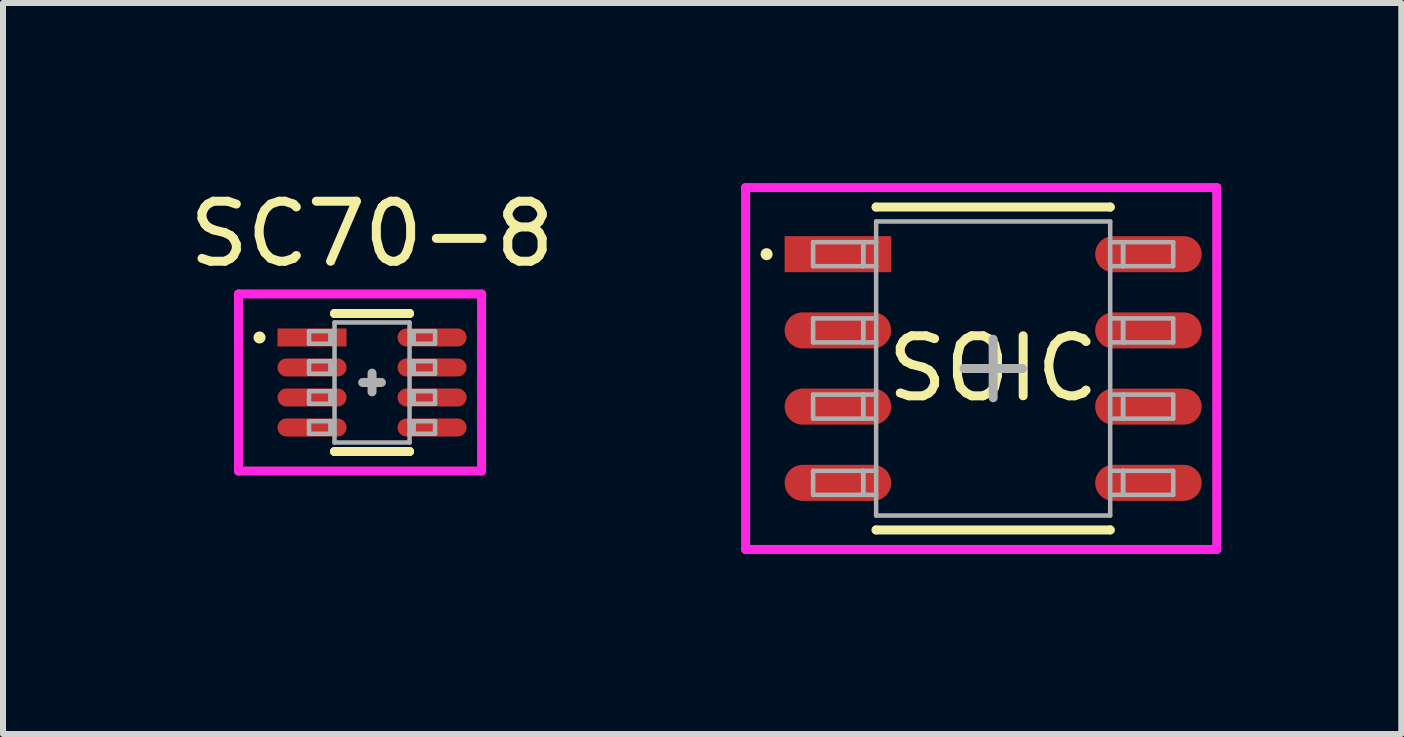
<source format=kicad_pcb>
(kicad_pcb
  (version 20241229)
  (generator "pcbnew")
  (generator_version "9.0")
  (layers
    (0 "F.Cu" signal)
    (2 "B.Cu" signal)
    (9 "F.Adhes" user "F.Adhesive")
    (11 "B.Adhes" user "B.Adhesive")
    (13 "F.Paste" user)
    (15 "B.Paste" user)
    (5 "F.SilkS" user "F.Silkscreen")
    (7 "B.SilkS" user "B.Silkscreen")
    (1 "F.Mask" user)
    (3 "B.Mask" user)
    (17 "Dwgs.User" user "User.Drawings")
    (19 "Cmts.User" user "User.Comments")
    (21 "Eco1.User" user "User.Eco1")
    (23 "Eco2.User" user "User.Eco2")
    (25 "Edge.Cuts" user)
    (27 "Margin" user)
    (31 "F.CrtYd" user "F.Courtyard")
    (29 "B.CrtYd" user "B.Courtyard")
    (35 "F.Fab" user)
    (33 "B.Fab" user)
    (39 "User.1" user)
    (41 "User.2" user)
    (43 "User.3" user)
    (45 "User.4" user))
  (footprint "SC70-8"
    (layer "F.Cu")
    (at 3.149 3.323)
    (property "Reference" "SC70-8" (at 0 -2.475 0) (layer "F.SilkS") (effects (font (size 1 1) (thickness 0.15))))
    (attr through_hole)
    (fp_line (start -1.875 -0.75) (end -1.875 -0.75) (stroke (width 0.2) (type solid)) (layer "F.SilkS"))
    (fp_line (start -0.625 -1.15) (end -0.625 -1.15) (stroke (width 0.15) (type solid)) (layer "F.SilkS"))
    (fp_line (start -0.625 -1.15) (end 0.625 -1.15) (stroke (width 0.15) (type solid)) (layer "F.SilkS"))
    (fp_line (start -0.625 1.15) (end -0.625 1.15) (stroke (width 0.15) (type solid)) (layer "F.SilkS"))
    (fp_line (start -0.625 1.15) (end 0.625 1.15) (stroke (width 0.15) (type solid)) (layer "F.SilkS"))
    (fp_line (start 0.625 -1.15) (end 0.625 -1.15) (stroke (width 0.15) (type solid)) (layer "F.SilkS"))
    (fp_line (start 0.625 1.15) (end 0.625 1.15) (stroke (width 0.15) (type solid)) (layer "F.SilkS"))
    (fp_line (start -2.225 -1.475) (end -2.225 1.475) (stroke (width 0.15) (type solid)) (layer "F.CrtYd"))
    (fp_line (start -2.225 1.475) (end 1.825 1.475) (stroke (width 0.15) (type solid)) (layer "F.CrtYd"))
    (fp_line (start 1.825 -1.475) (end -2.225 -1.475) (stroke (width 0.15) (type solid)) (layer "F.CrtYd"))
    (fp_line (start 1.825 1.475) (end 1.825 -1.475) (stroke (width 0.15) (type solid)) (layer "F.CrtYd"))
    (fp_line (start -1.05 -0.855) (end -1.05 -0.645) (stroke (width 0.075) (type solid)) (layer "F.Fab"))
    (fp_line (start -1.05 -0.645) (end -0.69 -0.645) (stroke (width 0.075) (type solid)) (layer "F.Fab"))
    (fp_line (start -1.05 -0.355) (end -1.05 -0.145) (stroke (width 0.075) (type solid)) (layer "F.Fab"))
    (fp_line (start -1.05 -0.145) (end -0.69 -0.145) (stroke (width 0.075) (type solid)) (layer "F.Fab"))
    (fp_line (start -1.05 0.145) (end -1.05 0.355) (stroke (width 0.075) (type solid)) (layer "F.Fab"))
    (fp_line (start -1.05 0.355) (end -0.69 0.355) (stroke (width 0.075) (type solid)) (layer "F.Fab"))
    (fp_line (start -1.05 0.645) (end -1.05 0.855) (stroke (width 0.075) (type solid)) (layer "F.Fab"))
    (fp_line (start -1.05 0.855) (end -0.69 0.855) (stroke (width 0.075) (type solid)) (layer "F.Fab"))
    (fp_line (start -0.69 -0.855) (end -1.05 -0.855) (stroke (width 0.075) (type solid)) (layer "F.Fab"))
    (fp_line (start -0.69 -0.855) (end -0.69 -0.645) (stroke (width 0.075) (type solid)) (layer "F.Fab"))
    (fp_line (start -0.69 -0.645) (end -0.69 -0.855) (stroke (width 0.075) (type solid)) (layer "F.Fab"))
    (fp_line (start -0.69 -0.645) (end -0.625 -0.645) (stroke (width 0.075) (type solid)) (layer "F.Fab"))
    (fp_line (start -0.69 -0.355) (end -1.05 -0.355) (stroke (width 0.075) (type solid)) (layer "F.Fab"))
    (fp_line (start -0.69 -0.355) (end -0.69 -0.145) (stroke (width 0.075) (type solid)) (layer "F.Fab"))
    (fp_line (start -0.69 -0.145) (end -0.69 -0.355) (stroke (width 0.075) (type solid)) (layer "F.Fab"))
    (fp_line (start -0.69 -0.145) (end -0.625 -0.145) (stroke (width 0.075) (type solid)) (layer "F.Fab"))
    (fp_line (start -0.69 0.145) (end -1.05 0.145) (stroke (width 0.075) (type solid)) (layer "F.Fab"))
    (fp_line (start -0.69 0.145) (end -0.69 0.355) (stroke (width 0.075) (type solid)) (layer "F.Fab"))
    (fp_line (start -0.69 0.355) (end -0.69 0.145) (stroke (width 0.075) (type solid)) (layer "F.Fab"))
    (fp_line (start -0.69 0.355) (end -0.625 0.355) (stroke (width 0.075) (type solid)) (layer "F.Fab"))
    (fp_line (start -0.69 0.645) (end -1.05 0.645) (stroke (width 0.075) (type solid)) (layer "F.Fab"))
    (fp_line (start -0.69 0.645) (end -0.69 0.855) (stroke (width 0.075) (type solid)) (layer "F.Fab"))
    (fp_line (start -0.69 0.855) (end -0.69 0.645) (stroke (width 0.075) (type solid)) (layer "F.Fab"))
    (fp_line (start -0.69 0.855) (end -0.625 0.855) (stroke (width 0.075) (type solid)) (layer "F.Fab"))
    (fp_line (start -0.625 -1) (end 0.625 -1) (stroke (width 0.075) (type solid)) (layer "F.Fab"))
    (fp_line (start -0.625 -0.855) (end -0.69 -0.855) (stroke (width 0.075) (type solid)) (layer "F.Fab"))
    (fp_line (start -0.625 -0.355) (end -0.69 -0.355) (stroke (width 0.075) (type solid)) (layer "F.Fab"))
    (fp_line (start -0.625 0.145) (end -0.69 0.145) (stroke (width 0.075) (type solid)) (layer "F.Fab"))
    (fp_line (start -0.625 0.645) (end -0.69 0.645) (stroke (width 0.075) (type solid)) (layer "F.Fab"))
    (fp_line (start -0.625 1) (end -0.625 -1) (stroke (width 0.075) (type solid)) (layer "F.Fab"))
    (fp_line (start 0 -0.156) (end 0 0.156) (stroke (width 0.15) (type solid)) (layer "F.Fab"))
    (fp_line (start 0.156 0) (end -0.156 0) (stroke (width 0.15) (type solid)) (layer "F.Fab"))
    (fp_line (start 0.625 -1) (end 0.625 1) (stroke (width 0.075) (type solid)) (layer "F.Fab"))
    (fp_line (start 0.625 -0.645) (end 0.69 -0.645) (stroke (width 0.075) (type solid)) (layer "F.Fab"))
    (fp_line (start 0.625 -0.145) (end 0.69 -0.145) (stroke (width 0.075) (type solid)) (layer "F.Fab"))
    (fp_line (start 0.625 0.355) (end 0.69 0.355) (stroke (width 0.075) (type solid)) (layer "F.Fab"))
    (fp_line (start 0.625 0.855) (end 0.69 0.855) (stroke (width 0.075) (type solid)) (layer "F.Fab"))
    (fp_line (start 0.625 1) (end -0.625 1) (stroke (width 0.075) (type solid)) (layer "F.Fab"))
    (fp_line (start 0.69 -0.855) (end 0.625 -0.855) (stroke (width 0.075) (type solid)) (layer "F.Fab"))
    (fp_line (start 0.69 -0.855) (end 0.69 -0.645) (stroke (width 0.075) (type solid)) (layer "F.Fab"))
    (fp_line (start 0.69 -0.645) (end 0.69 -0.855) (stroke (width 0.075) (type solid)) (layer "F.Fab"))
    (fp_line (start 0.69 -0.645) (end 1.05 -0.645) (stroke (width 0.075) (type solid)) (layer "F.Fab"))
    (fp_line (start 0.69 -0.355) (end 0.625 -0.355) (stroke (width 0.075) (type solid)) (layer "F.Fab"))
    (fp_line (start 0.69 -0.355) (end 0.69 -0.145) (stroke (width 0.075) (type solid)) (layer "F.Fab"))
    (fp_line (start 0.69 -0.145) (end 0.69 -0.355) (stroke (width 0.075) (type solid)) (layer "F.Fab"))
    (fp_line (start 0.69 -0.145) (end 1.05 -0.145) (stroke (width 0.075) (type solid)) (layer "F.Fab"))
    (fp_line (start 0.69 0.145) (end 0.625 0.145) (stroke (width 0.075) (type solid)) (layer "F.Fab"))
    (fp_line (start 0.69 0.145) (end 0.69 0.355) (stroke (width 0.075) (type solid)) (layer "F.Fab"))
    (fp_line (start 0.69 0.355) (end 0.69 0.145) (stroke (width 0.075) (type solid)) (layer "F.Fab"))
    (fp_line (start 0.69 0.355) (end 1.05 0.355) (stroke (width 0.075) (type solid)) (layer "F.Fab"))
    (fp_line (start 0.69 0.645) (end 0.625 0.645) (stroke (width 0.075) (type solid)) (layer "F.Fab"))
    (fp_line (start 0.69 0.645) (end 0.69 0.855) (stroke (width 0.075) (type solid)) (layer "F.Fab"))
    (fp_line (start 0.69 0.855) (end 0.69 0.645) (stroke (width 0.075) (type solid)) (layer "F.Fab"))
    (fp_line (start 0.69 0.855) (end 1.05 0.855) (stroke (width 0.075) (type solid)) (layer "F.Fab"))
    (fp_line (start 1.05 -0.855) (end 0.69 -0.855) (stroke (width 0.075) (type solid)) (layer "F.Fab"))
    (fp_line (start 1.05 -0.645) (end 1.05 -0.855) (stroke (width 0.075) (type solid)) (layer "F.Fab"))
    (fp_line (start 1.05 -0.355) (end 0.69 -0.355) (stroke (width 0.075) (type solid)) (layer "F.Fab"))
    (fp_line (start 1.05 -0.145) (end 1.05 -0.355) (stroke (width 0.075) (type solid)) (layer "F.Fab"))
    (fp_line (start 1.05 0.145) (end 0.69 0.145) (stroke (width 0.075) (type solid)) (layer "F.Fab"))
    (fp_line (start 1.05 0.355) (end 1.05 0.145) (stroke (width 0.075) (type solid)) (layer "F.Fab"))
    (fp_line (start 1.05 0.645) (end 0.69 0.645) (stroke (width 0.075) (type solid)) (layer "F.Fab"))
    (fp_line (start 1.05 0.855) (end 1.05 0.645) (stroke (width 0.075) (type solid)) (layer "F.Fab"))
    (pad "1" smd rect (at -1 -0.75) (size 1.15 0.3) (layers "F.Cu" "F.Mask" "F.Paste"))
    (pad "2" smd oval (at -1 -0.25) (size 1.15 0.3) (layers "F.Cu" "F.Mask" "F.Paste"))
    (pad "3" smd oval (at -1 0.25) (size 1.15 0.3) (layers "F.Cu" "F.Mask" "F.Paste"))
    (pad "4" smd oval (at -1 0.75) (size 1.15 0.3) (layers "F.Cu" "F.Mask" "F.Paste"))
    (pad "5" smd oval (at 1 0.75) (size 1.15 0.3) (layers "F.Cu" "F.Mask" "F.Paste"))
    (pad "6" smd oval (at 1 0.25) (size 1.15 0.3) (layers "F.Cu" "F.Mask" "F.Paste"))
    (pad "7" smd oval (at 1 -0.25) (size 1.15 0.3) (layers "F.Cu" "F.Mask" "F.Paste"))
    (pad "8" smd oval (at 1 -0.75) (size 1.15 0.3) (layers "F.Cu" "F.Mask" "F.Paste")))
  (footprint "SOIC"
    (layer "F.Cu")
    (at 13.498 3.09)
    (property "Reference" "SOIC" (at 0 0 0) (layer "F.SilkS") (effects (font (size 1 1) (thickness 0.15))))
    (attr through_hole)
    (fp_line (start -3.775 -1.905) (end -3.775 -1.905) (stroke (width 0.2) (type solid)) (layer "F.SilkS"))
    (fp_line (start -1.95 -2.69) (end -1.95 -2.69) (stroke (width 0.15) (type solid)) (layer "F.SilkS"))
    (fp_line (start -1.95 -2.69) (end 1.95 -2.69) (stroke (width 0.15) (type solid)) (layer "F.SilkS"))
    (fp_line (start -1.95 2.69) (end -1.95 2.69) (stroke (width 0.15) (type solid)) (layer "F.SilkS"))
    (fp_line (start -1.95 2.69) (end 1.95 2.69) (stroke (width 0.15) (type solid)) (layer "F.SilkS"))
    (fp_line (start 1.95 -2.69) (end 1.95 -2.69) (stroke (width 0.15) (type solid)) (layer "F.SilkS"))
    (fp_line (start 1.95 2.69) (end 1.95 2.69) (stroke (width 0.15) (type solid)) (layer "F.SilkS"))
    (fp_line (start -4.125 -3.015) (end -4.125 3.015) (stroke (width 0.15) (type solid)) (layer "F.CrtYd"))
    (fp_line (start -4.125 3.015) (end 3.725 3.015) (stroke (width 0.15) (type solid)) (layer "F.CrtYd"))
    (fp_line (start 3.725 -3.015) (end -4.125 -3.015) (stroke (width 0.15) (type solid)) (layer "F.CrtYd"))
    (fp_line (start 3.725 3.015) (end 3.725 -3.015) (stroke (width 0.15) (type solid)) (layer "F.CrtYd"))
    (fp_line (start -3 -2.105) (end -3 -1.705) (stroke (width 0.075) (type solid)) (layer "F.Fab"))
    (fp_line (start -3 -1.705) (end -2.165 -1.705) (stroke (width 0.075) (type solid)) (layer "F.Fab"))
    (fp_line (start -3 -0.835) (end -3 -0.435) (stroke (width 0.075) (type solid)) (layer "F.Fab"))
    (fp_line (start -3 -0.435) (end -2.165 -0.435) (stroke (width 0.075) (type solid)) (layer "F.Fab"))
    (fp_line (start -3 0.435) (end -3 0.835) (stroke (width 0.075) (type solid)) (layer "F.Fab"))
    (fp_line (start -3 0.835) (end -2.165 0.835) (stroke (width 0.075) (type solid)) (layer "F.Fab"))
    (fp_line (start -3 1.705) (end -3 2.105) (stroke (width 0.075) (type solid)) (layer "F.Fab"))
    (fp_line (start -3 2.105) (end -2.165 2.105) (stroke (width 0.075) (type solid)) (layer "F.Fab"))
    (fp_line (start -2.165 -2.105) (end -3 -2.105) (stroke (width 0.075) (type solid)) (layer "F.Fab"))
    (fp_line (start -2.165 -2.105) (end -2.165 -1.705) (stroke (width 0.075) (type solid)) (layer "F.Fab"))
    (fp_line (start -2.165 -1.705) (end -2.165 -2.105) (stroke (width 0.075) (type solid)) (layer "F.Fab"))
    (fp_line (start -2.165 -1.705) (end -1.95 -1.705) (stroke (width 0.075) (type solid)) (layer "F.Fab"))
    (fp_line (start -2.165 -0.835) (end -3 -0.835) (stroke (width 0.075) (type solid)) (layer "F.Fab"))
    (fp_line (start -2.165 -0.835) (end -2.165 -0.435) (stroke (width 0.075) (type solid)) (layer "F.Fab"))
    (fp_line (start -2.165 -0.435) (end -2.165 -0.835) (stroke (width 0.075) (type solid)) (layer "F.Fab"))
    (fp_line (start -2.165 -0.435) (end -1.95 -0.435) (stroke (width 0.075) (type solid)) (layer "F.Fab"))
    (fp_line (start -2.165 0.435) (end -3 0.435) (stroke (width 0.075) (type solid)) (layer "F.Fab"))
    (fp_line (start -2.165 0.435) (end -2.165 0.835) (stroke (width 0.075) (type solid)) (layer "F.Fab"))
    (fp_line (start -2.165 0.835) (end -2.165 0.435) (stroke (width 0.075) (type solid)) (layer "F.Fab"))
    (fp_line (start -2.165 0.835) (end -1.95 0.835) (stroke (width 0.075) (type solid)) (layer "F.Fab"))
    (fp_line (start -2.165 1.705) (end -3 1.705) (stroke (width 0.075) (type solid)) (layer "F.Fab"))
    (fp_line (start -2.165 1.705) (end -2.165 2.105) (stroke (width 0.075) (type solid)) (layer "F.Fab"))
    (fp_line (start -2.165 2.105) (end -2.165 1.705) (stroke (width 0.075) (type solid)) (layer "F.Fab"))
    (fp_line (start -2.165 2.105) (end -1.95 2.105) (stroke (width 0.075) (type solid)) (layer "F.Fab"))
    (fp_line (start -1.95 -2.45) (end 1.95 -2.45) (stroke (width 0.075) (type solid)) (layer "F.Fab"))
    (fp_line (start -1.95 -2.105) (end -2.165 -2.105) (stroke (width 0.075) (type solid)) (layer "F.Fab"))
    (fp_line (start -1.95 -0.835) (end -2.165 -0.835) (stroke (width 0.075) (type solid)) (layer "F.Fab"))
    (fp_line (start -1.95 0.435) (end -2.165 0.435) (stroke (width 0.075) (type solid)) (layer "F.Fab"))
    (fp_line (start -1.95 1.705) (end -2.165 1.705) (stroke (width 0.075) (type solid)) (layer "F.Fab"))
    (fp_line (start -1.95 2.45) (end -1.95 -2.45) (stroke (width 0.075) (type solid)) (layer "F.Fab"))
    (fp_line (start 0 -0.487) (end 0 0.487) (stroke (width 0.15) (type solid)) (layer "F.Fab"))
    (fp_line (start 0.487 0) (end -0.487 0) (stroke (width 0.15) (type solid)) (layer "F.Fab"))
    (fp_line (start 1.95 -2.45) (end 1.95 2.45) (stroke (width 0.075) (type solid)) (layer "F.Fab"))
    (fp_line (start 1.95 -1.705) (end 2.165 -1.705) (stroke (width 0.075) (type solid)) (layer "F.Fab"))
    (fp_line (start 1.95 -0.435) (end 2.165 -0.435) (stroke (width 0.075) (type solid)) (layer "F.Fab"))
    (fp_line (start 1.95 0.835) (end 2.165 0.835) (stroke (width 0.075) (type solid)) (layer "F.Fab"))
    (fp_line (start 1.95 2.105) (end 2.165 2.105) (stroke (width 0.075) (type solid)) (layer "F.Fab"))
    (fp_line (start 1.95 2.45) (end -1.95 2.45) (stroke (width 0.075) (type solid)) (layer "F.Fab"))
    (fp_line (start 2.165 -2.105) (end 1.95 -2.105) (stroke (width 0.075) (type solid)) (layer "F.Fab"))
    (fp_line (start 2.165 -2.105) (end 2.165 -1.705) (stroke (width 0.075) (type solid)) (layer "F.Fab"))
    (fp_line (start 2.165 -1.705) (end 2.165 -2.105) (stroke (width 0.075) (type solid)) (layer "F.Fab"))
    (fp_line (start 2.165 -1.705) (end 3 -1.705) (stroke (width 0.075) (type solid)) (layer "F.Fab"))
    (fp_line (start 2.165 -0.835) (end 1.95 -0.835) (stroke (width 0.075) (type solid)) (layer "F.Fab"))
    (fp_line (start 2.165 -0.835) (end 2.165 -0.435) (stroke (width 0.075) (type solid)) (layer "F.Fab"))
    (fp_line (start 2.165 -0.435) (end 2.165 -0.835) (stroke (width 0.075) (type solid)) (layer "F.Fab"))
    (fp_line (start 2.165 -0.435) (end 3 -0.435) (stroke (width 0.075) (type solid)) (layer "F.Fab"))
    (fp_line (start 2.165 0.435) (end 1.95 0.435) (stroke (width 0.075) (type solid)) (layer "F.Fab"))
    (fp_line (start 2.165 0.435) (end 2.165 0.835) (stroke (width 0.075) (type solid)) (layer "F.Fab"))
    (fp_line (start 2.165 0.835) (end 2.165 0.435) (stroke (width 0.075) (type solid)) (layer "F.Fab"))
    (fp_line (start 2.165 0.835) (end 3 0.835) (stroke (width 0.075) (type solid)) (layer "F.Fab"))
    (fp_line (start 2.165 1.705) (end 1.95 1.705) (stroke (width 0.075) (type solid)) (layer "F.Fab"))
    (fp_line (start 2.165 1.705) (end 2.165 2.105) (stroke (width 0.075) (type solid)) (layer "F.Fab"))
    (fp_line (start 2.165 2.105) (end 2.165 1.705) (stroke (width 0.075) (type solid)) (layer "F.Fab"))
    (fp_line (start 2.165 2.105) (end 3 2.105) (stroke (width 0.075) (type solid)) (layer "F.Fab"))
    (fp_line (start 3 -2.105) (end 2.165 -2.105) (stroke (width 0.075) (type solid)) (layer "F.Fab"))
    (fp_line (start 3 -1.705) (end 3 -2.105) (stroke (width 0.075) (type solid)) (layer "F.Fab"))
    (fp_line (start 3 -0.835) (end 2.165 -0.835) (stroke (width 0.075) (type solid)) (layer "F.Fab"))
    (fp_line (start 3 -0.435) (end 3 -0.835) (stroke (width 0.075) (type solid)) (layer "F.Fab"))
    (fp_line (start 3 0.435) (end 2.165 0.435) (stroke (width 0.075) (type solid)) (layer "F.Fab"))
    (fp_line (start 3 0.835) (end 3 0.435) (stroke (width 0.075) (type solid)) (layer "F.Fab"))
    (fp_line (start 3 1.705) (end 2.165 1.705) (stroke (width 0.075) (type solid)) (layer "F.Fab"))
    (fp_line (start 3 2.105) (end 3 1.705) (stroke (width 0.075) (type solid)) (layer "F.Fab"))
    (pad "1" smd rect (at -2.587 -1.905) (size 1.775 0.6) (layers "F.Cu" "F.Mask" "F.Paste"))
    (pad "2" smd oval (at -2.587 -0.635) (size 1.775 0.6) (layers "F.Cu" "F.Mask" "F.Paste"))
    (pad "3" smd oval (at -2.587 0.635) (size 1.775 0.6) (layers "F.Cu" "F.Mask" "F.Paste"))
    (pad "4" smd oval (at -2.587 1.905) (size 1.775 0.6) (layers "F.Cu" "F.Mask" "F.Paste"))
    (pad "5" smd oval (at 2.587 1.905) (size 1.775 0.6) (layers "F.Cu" "F.Mask" "F.Paste"))
    (pad "6" smd oval (at 2.587 0.635) (size 1.775 0.6) (layers "F.Cu" "F.Mask" "F.Paste"))
    (pad "7" smd oval (at 2.587 -0.635) (size 1.775 0.6) (layers "F.Cu" "F.Mask" "F.Paste"))
    (pad "8" smd oval (at 2.587 -1.905) (size 1.775 0.6) (layers "F.Cu" "F.Mask" "F.Paste")))
  (gr_rect
    (start -3 -3)
    (end 20.298 9.18)
    (stroke (width 0.1) (type default))
    (fill no)
    (layer "Edge.Cuts")))
</source>
